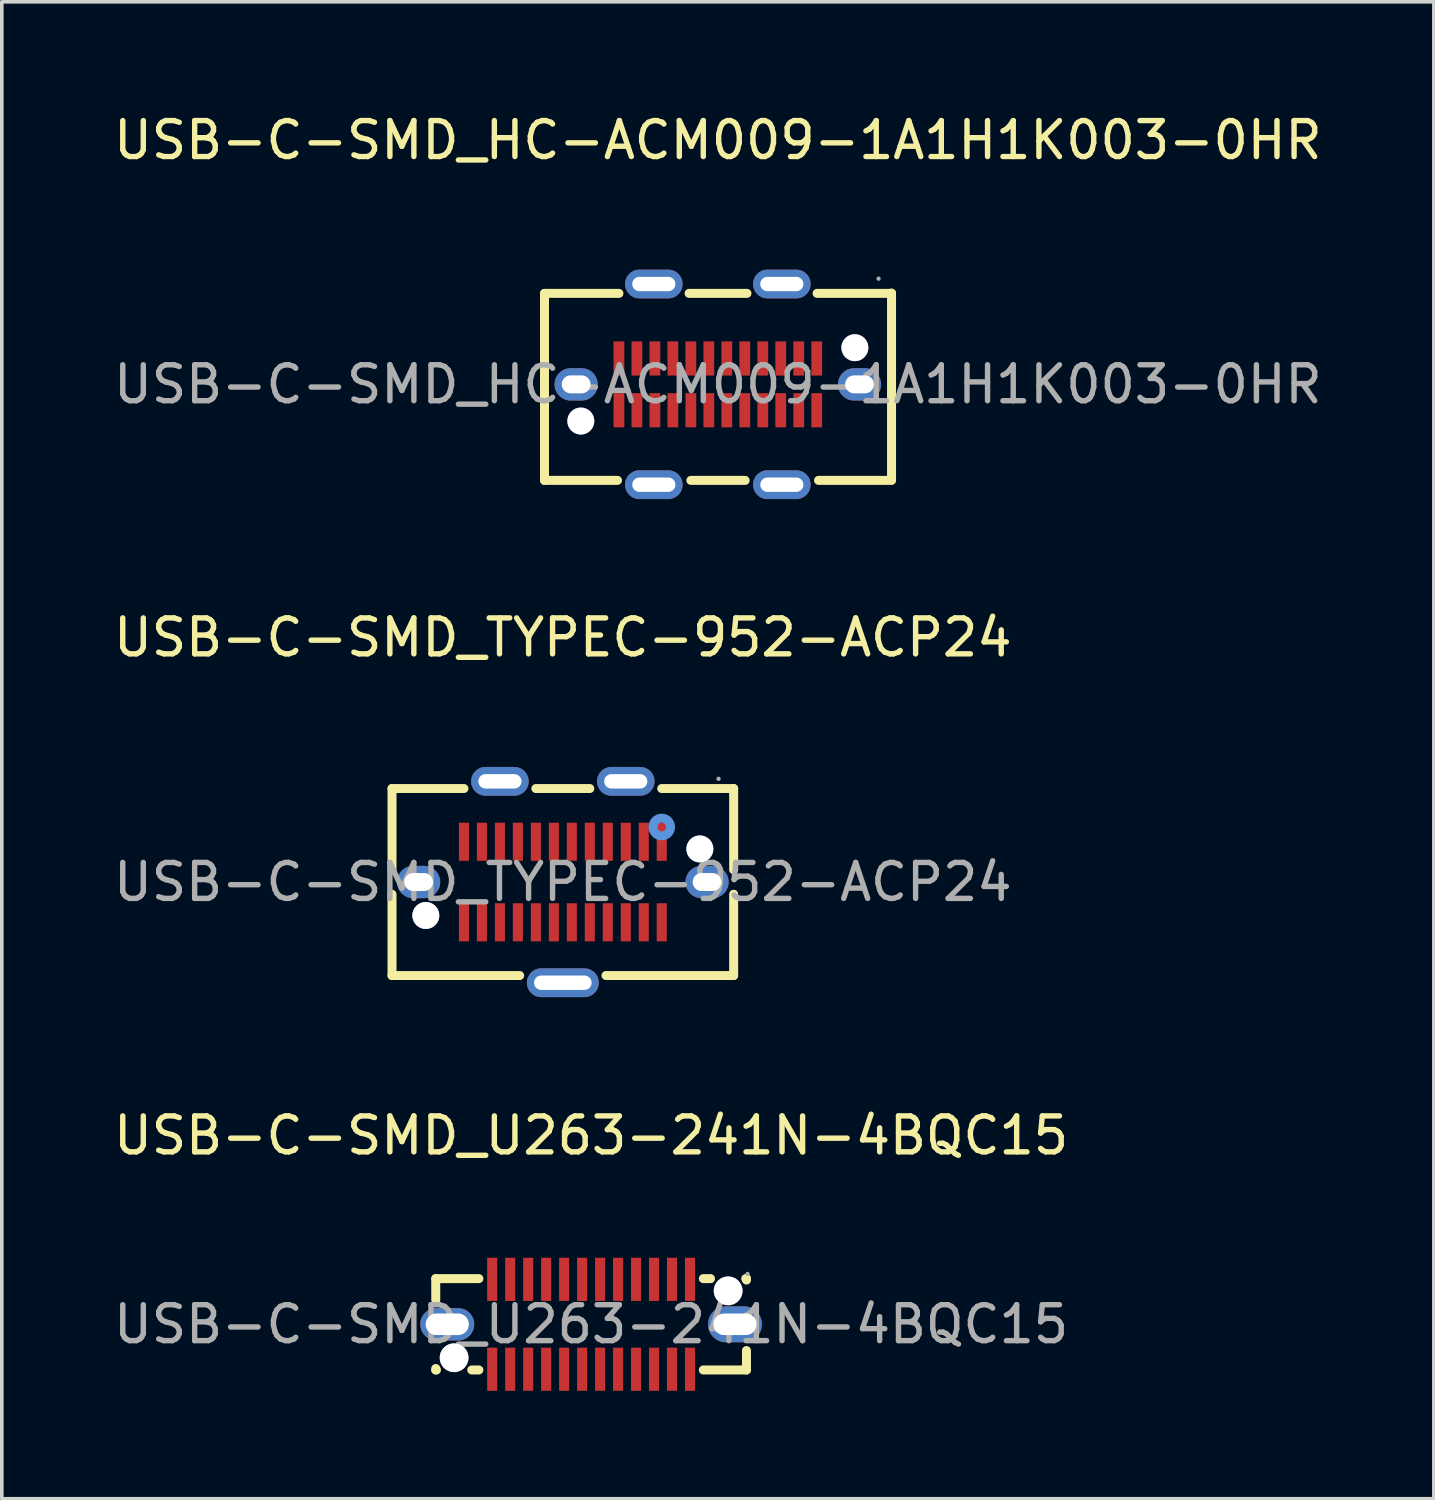
<source format=kicad_pcb>
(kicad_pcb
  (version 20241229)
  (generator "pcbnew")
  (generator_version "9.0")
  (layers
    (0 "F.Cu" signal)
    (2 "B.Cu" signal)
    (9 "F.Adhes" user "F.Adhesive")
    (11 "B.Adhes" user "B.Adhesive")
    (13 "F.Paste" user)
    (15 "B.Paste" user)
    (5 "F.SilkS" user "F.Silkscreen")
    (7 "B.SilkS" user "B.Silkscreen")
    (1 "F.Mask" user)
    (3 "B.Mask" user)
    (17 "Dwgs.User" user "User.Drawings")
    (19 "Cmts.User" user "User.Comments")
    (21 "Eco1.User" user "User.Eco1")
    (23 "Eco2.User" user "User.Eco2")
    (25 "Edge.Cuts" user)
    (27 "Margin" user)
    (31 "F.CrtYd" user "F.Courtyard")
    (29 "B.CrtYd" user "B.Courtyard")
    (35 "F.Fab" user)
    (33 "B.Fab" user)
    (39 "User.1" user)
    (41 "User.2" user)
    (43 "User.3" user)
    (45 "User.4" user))
  (footprint "USB-C-SMD_TYPEC-952-ACP24"
    (layer "F.Cu")
    (at 12.601 21.477)
    (property "Reference" "USB-C-SMD_TYPEC-952-ACP24" (at 0 -6.8 0) (layer "F.SilkS") (effects (font (size 1 1) (thickness 0.15))))
    (attr smd)
    (fp_line (start -4.75 -2.6) (end -4.75 -0.34) (stroke (width 0.25) (type solid)) (layer "F.SilkS"))
    (fp_line (start -4.75 -2.6) (end -2.75 -2.6) (stroke (width 0.25) (type solid)) (layer "F.SilkS"))
    (fp_line (start -4.75 0.34) (end -4.75 2.6) (stroke (width 0.25) (type solid)) (layer "F.SilkS"))
    (fp_line (start -4.75 2.6) (end -1.2 2.6) (stroke (width 0.25) (type solid)) (layer "F.SilkS"))
    (fp_line (start -0.75 -2.6) (end 0.75 -2.6) (stroke (width 0.25) (type solid)) (layer "F.SilkS"))
    (fp_line (start 1.2 2.6) (end 4.75 2.6) (stroke (width 0.25) (type solid)) (layer "F.SilkS"))
    (fp_line (start 2.75 -2.6) (end 4.75 -2.6) (stroke (width 0.25) (type solid)) (layer "F.SilkS"))
    (fp_line (start 4.75 -2.6) (end 4.75 -0.34) (stroke (width 0.25) (type solid)) (layer "F.SilkS"))
    (fp_line (start 4.75 0.34) (end 4.75 2.6) (stroke (width 0.25) (type solid)) (layer "F.SilkS"))
    (fp_circle (center -3.81 0.93) (end -3.69 0.93) (stroke (width 0.25) (type solid)) (fill no) (layer "Cmts.User"))
    (fp_circle (center 2.75 -1.53) (end 2.87 -1.53) (stroke (width 0.25) (type solid)) (fill no) (layer "Cmts.User"))
    (fp_circle (center 3.81 -0.92) (end 3.93 -0.92) (stroke (width 0.25) (type solid)) (fill no) (layer "Cmts.User"))
    (fp_circle (center 4.33 -2.87) (end 4.36 -2.87) (stroke (width 0.06) (type solid)) (fill no) (layer "F.Fab"))
    (fp_text user "${REFERENCE}" (at 0 0 0) (layer "F.Fab") (effects (font (size 1 1) (thickness 0.15))))
    (pad "" thru_hole circle (at -3.81 0.93) (size 0.75 0.75) (drill 0.75) (layers "*.Cu" "*.Mask"))
    (pad "" thru_hole circle (at 3.81 -0.92) (size 0.75 0.75) (drill 0.75) (layers "*.Cu" "*.Mask"))
    (pad "1" thru_hole oval (at -1.75 -2.8 90) (size 0.8 1.6) (drill oval 0.4 1.2) (layers "*.Cu" "*.Mask"))
    (pad "2" thru_hole oval (at 1.75 -2.8 90) (size 0.8 1.6) (drill oval 0.4 1.2) (layers "*.Cu" "*.Mask"))
    (pad "3" thru_hole oval (at 4.01 0 90) (size 0.9 1.2) (drill oval 0.5 0.8) (layers "*.Cu" "*.Mask"))
    (pad "4" thru_hole oval (at 0 2.8 90) (size 0.8 2) (drill oval 0.4 1.6) (layers "*.Cu" "*.Mask"))
    (pad "5" thru_hole oval (at -4.01 0 90) (size 0.9 1.2) (drill oval 0.5 0.8) (layers "*.Cu" "*.Mask"))
    (pad "A1" smd rect (at 2.75 -1.12) (size 0.28 1.06) (layers "F.Cu" "F.Mask" "F.Paste"))
    (pad "A2" smd rect (at 2.25 -1.12) (size 0.28 1.06) (layers "F.Cu" "F.Mask" "F.Paste"))
    (pad "A3" smd rect (at 1.75 -1.12) (size 0.28 1.06) (layers "F.Cu" "F.Mask" "F.Paste"))
    (pad "A4" smd rect (at 1.25 -1.12) (size 0.28 1.06) (layers "F.Cu" "F.Mask" "F.Paste"))
    (pad "A5" smd rect (at 0.75 -1.12) (size 0.28 1.06) (layers "F.Cu" "F.Mask" "F.Paste"))
    (pad "A6" smd rect (at 0.25 -1.12) (size 0.28 1.06) (layers "F.Cu" "F.Mask" "F.Paste"))
    (pad "A7" smd rect (at -0.25 -1.12) (size 0.28 1.06) (layers "F.Cu" "F.Mask" "F.Paste"))
    (pad "A8" smd rect (at -0.75 -1.12) (size 0.28 1.06) (layers "F.Cu" "F.Mask" "F.Paste"))
    (pad "A9" smd rect (at -1.25 -1.12) (size 0.28 1.06) (layers "F.Cu" "F.Mask" "F.Paste"))
    (pad "A10" smd rect (at -1.75 -1.12) (size 0.28 1.06) (layers "F.Cu" "F.Mask" "F.Paste"))
    (pad "A11" smd rect (at -2.25 -1.12) (size 0.28 1.06) (layers "F.Cu" "F.Mask" "F.Paste"))
    (pad "A12" smd rect (at -2.75 -1.12) (size 0.28 1.06) (layers "F.Cu" "F.Mask" "F.Paste"))
    (pad "B1" smd rect (at -2.75 1.12) (size 0.28 1.06) (layers "F.Cu" "F.Mask" "F.Paste"))
    (pad "B2" smd rect (at -2.25 1.12) (size 0.28 1.06) (layers "F.Cu" "F.Mask" "F.Paste"))
    (pad "B3" smd rect (at -1.75 1.12) (size 0.28 1.06) (layers "F.Cu" "F.Mask" "F.Paste"))
    (pad "B4" smd rect (at -1.25 1.12) (size 0.28 1.06) (layers "F.Cu" "F.Mask" "F.Paste"))
    (pad "B5" smd rect (at -0.75 1.12) (size 0.28 1.06) (layers "F.Cu" "F.Mask" "F.Paste"))
    (pad "B6" smd rect (at -0.25 1.12) (size 0.28 1.06) (layers "F.Cu" "F.Mask" "F.Paste"))
    (pad "B7" smd rect (at 0.25 1.12) (size 0.28 1.06) (layers "F.Cu" "F.Mask" "F.Paste"))
    (pad "B8" smd rect (at 0.75 1.12) (size 0.28 1.06) (layers "F.Cu" "F.Mask" "F.Paste"))
    (pad "B9" smd rect (at 1.25 1.12) (size 0.28 1.06) (layers "F.Cu" "F.Mask" "F.Paste"))
    (pad "B10" smd rect (at 1.75 1.12) (size 0.28 1.06) (layers "F.Cu" "F.Mask" "F.Paste"))
    (pad "B11" smd rect (at 2.25 1.12) (size 0.28 1.06) (layers "F.Cu" "F.Mask" "F.Paste"))
    (pad "B12" smd rect (at 2.75 1.12) (size 0.28 1.06) (layers "F.Cu" "F.Mask" "F.Paste")))
  (footprint "USB-C-SMD_U263-241N-4BQC15"
    (layer "F.Cu")
    (at 13.387 33.775)
    (property "Reference" "USB-C-SMD_U263-241N-4BQC15" (at 0 -5.25 0) (layer "F.SilkS") (effects (font (size 1 1) (thickness 0.15))))
    (attr smd)
    (fp_line (start -4.32 -1.27) (end -3.12 -1.27) (stroke (width 0.25) (type solid)) (layer "F.SilkS"))
    (fp_line (start -4.32 -0.68) (end -4.32 -1.27) (stroke (width 0.25) (type solid)) (layer "F.SilkS"))
    (fp_line (start -4.32 1.27) (end -4.32 1.23) (stroke (width 0.25) (type solid)) (layer "F.SilkS"))
    (fp_line (start -4.3 1.27) (end -4.32 1.27) (stroke (width 0.25) (type solid)) (layer "F.SilkS"))
    (fp_line (start -3.12 1.27) (end -3.32 1.27) (stroke (width 0.25) (type solid)) (layer "F.SilkS"))
    (fp_line (start 3.12 -1.27) (end 3.32 -1.27) (stroke (width 0.25) (type solid)) (layer "F.SilkS"))
    (fp_line (start 4.3 -1.27) (end 4.32 -1.27) (stroke (width 0.25) (type solid)) (layer "F.SilkS"))
    (fp_line (start 4.32 -1.27) (end 4.32 -1.23) (stroke (width 0.25) (type solid)) (layer "F.SilkS"))
    (fp_line (start 4.32 0.73) (end 4.32 1.27) (stroke (width 0.25) (type solid)) (layer "F.SilkS"))
    (fp_line (start 4.32 1.27) (end 3.12 1.27) (stroke (width 0.25) (type solid)) (layer "F.SilkS"))
    (fp_circle (center -3.81 0.93) (end -3.66 0.93) (stroke (width 0.3) (type solid)) (fill no) (layer "Cmts.User"))
    (fp_circle (center 3.81 -0.93) (end 3.96 -0.93) (stroke (width 0.3) (type solid)) (fill no) (layer "Cmts.User"))
    (fp_circle (center 4.35 -1.4) (end 4.38 -1.4) (stroke (width 0.06) (type solid)) (fill no) (layer "F.Fab"))
    (fp_text user "${REFERENCE}" (at 0 0 0) (layer "F.Fab") (effects (font (size 1 1) (thickness 0.15))))
    (pad "" thru_hole circle (at -3.81 0.93) (size 0.8 0.8) (drill 0.8) (layers "*.Cu" "*.Mask"))
    (pad "" thru_hole circle (at 3.81 -0.93) (size 0.8 0.8) (drill 0.8) (layers "*.Cu" "*.Mask"))
    (pad "1" smd rect (at 2.75 -1.25) (size 0.28 1.2) (layers "F.Cu" "F.Mask" "F.Paste"))
    (pad "2" smd rect (at 2.25 -1.25) (size 0.28 1.2) (layers "F.Cu" "F.Mask" "F.Paste"))
    (pad "3" smd rect (at 1.75 -1.25) (size 0.28 1.2) (layers "F.Cu" "F.Mask" "F.Paste"))
    (pad "4" smd rect (at 1.25 -1.25) (size 0.28 1.2) (layers "F.Cu" "F.Mask" "F.Paste"))
    (pad "5" smd rect (at 0.75 -1.25) (size 0.28 1.2) (layers "F.Cu" "F.Mask" "F.Paste"))
    (pad "6" smd rect (at 0.25 -1.25) (size 0.28 1.2) (layers "F.Cu" "F.Mask" "F.Paste"))
    (pad "7" smd rect (at -0.25 -1.25) (size 0.28 1.2) (layers "F.Cu" "F.Mask" "F.Paste"))
    (pad "8" smd rect (at -0.75 -1.25) (size 0.28 1.2) (layers "F.Cu" "F.Mask" "F.Paste"))
    (pad "9" smd rect (at -1.25 -1.25) (size 0.28 1.2) (layers "F.Cu" "F.Mask" "F.Paste"))
    (pad "10" smd rect (at -1.75 -1.25) (size 0.28 1.2) (layers "F.Cu" "F.Mask" "F.Paste"))
    (pad "11" smd rect (at -2.25 -1.25) (size 0.28 1.2) (layers "F.Cu" "F.Mask" "F.Paste"))
    (pad "12" smd rect (at -2.75 -1.25) (size 0.28 1.2) (layers "F.Cu" "F.Mask" "F.Paste"))
    (pad "13" smd rect (at -2.75 1.25) (size 0.28 1.2) (layers "F.Cu" "F.Mask" "F.Paste"))
    (pad "14" smd rect (at -2.25 1.25) (size 0.28 1.2) (layers "F.Cu" "F.Mask" "F.Paste"))
    (pad "15" smd rect (at -1.75 1.25) (size 0.28 1.2) (layers "F.Cu" "F.Mask" "F.Paste"))
    (pad "16" smd rect (at -1.25 1.25) (size 0.28 1.2) (layers "F.Cu" "F.Mask" "F.Paste"))
    (pad "17" smd rect (at -0.75 1.25) (size 0.28 1.2) (layers "F.Cu" "F.Mask" "F.Paste"))
    (pad "18" smd rect (at -0.25 1.25) (size 0.28 1.2) (layers "F.Cu" "F.Mask" "F.Paste"))
    (pad "19" smd rect (at 0.25 1.25) (size 0.28 1.2) (layers "F.Cu" "F.Mask" "F.Paste"))
    (pad "20" smd rect (at 0.75 1.25) (size 0.28 1.2) (layers "F.Cu" "F.Mask" "F.Paste"))
    (pad "21" smd rect (at 1.25 1.25) (size 0.28 1.2) (layers "F.Cu" "F.Mask" "F.Paste"))
    (pad "22" smd rect (at 1.75 1.25) (size 0.28 1.2) (layers "F.Cu" "F.Mask" "F.Paste"))
    (pad "23" smd rect (at 2.25 1.25) (size 0.28 1.2) (layers "F.Cu" "F.Mask" "F.Paste"))
    (pad "24" smd rect (at 2.75 1.25) (size 0.28 1.2) (layers "F.Cu" "F.Mask" "F.Paste"))
    (pad "25" thru_hole oval (at 4 0) (size 1.5 1) (drill oval 1.2 0.6) (layers "*.Cu" "*.Mask"))
    (pad "26" thru_hole oval (at -4 0) (size 1.5 0.9) (drill oval 1.2 0.6) (layers "*.Cu" "*.Mask")))
  (footprint "USB-C-SMD_HC-ACM009-1A1H1K003-0HR"
    (layer "F.Cu")
    (at 16.911 7.638)
    (property "Reference" "USB-C-SMD_HC-ACM009-1A1H1K003-0HR" (at 0 -6.79 0) (layer "F.SilkS") (effects (font (size 1 1) (thickness 0.15))))
    (attr smd)
    (fp_line (start -4.82 -2.53) (end -2.75 -2.53) (stroke (width 0.25) (type solid)) (layer "F.SilkS"))
    (fp_line (start -4.82 2.67) (end -4.82 -2.53) (stroke (width 0.25) (type solid)) (layer "F.SilkS"))
    (fp_line (start -4.82 2.67) (end -2.79 2.67) (stroke (width 0.25) (type solid)) (layer "F.SilkS"))
    (fp_line (start -0.8 -2.53) (end 0.81 -2.53) (stroke (width 0.25) (type solid)) (layer "F.SilkS"))
    (fp_line (start -0.75 2.67) (end 0.76 2.67) (stroke (width 0.25) (type solid)) (layer "F.SilkS"))
    (fp_line (start 2.76 -2.53) (end 4.83 -2.53) (stroke (width 0.25) (type solid)) (layer "F.SilkS"))
    (fp_line (start 2.8 2.67) (end 4.83 2.67) (stroke (width 0.25) (type solid)) (layer "F.SilkS"))
    (fp_line (start 4.83 -2.54) (end 4.83 2.66) (stroke (width 0.25) (type solid)) (layer "F.SilkS"))
    (fp_circle (center -3.81 1.02) (end -3.66 1.02) (stroke (width 0.3) (type solid)) (fill no) (layer "Cmts.User"))
    (fp_circle (center 3.81 -1.02) (end 3.96 -1.02) (stroke (width 0.3) (type solid)) (fill no) (layer "Cmts.User"))
    (fp_circle (center 4.47 -2.94) (end 4.5 -2.94) (stroke (width 0.06) (type solid)) (fill no) (layer "F.Fab"))
    (fp_text user "${REFERENCE}" (at 0 0 0) (layer "F.Fab") (effects (font (size 1 1) (thickness 0.15))))
    (pad "" thru_hole circle (at -3.81 1.02) (size 0.75 0.75) (drill 0.75) (layers "*.Cu" "*.Mask"))
    (pad "" thru_hole circle (at 3.81 -1.02) (size 0.75 0.75) (drill 0.75) (layers "*.Cu" "*.Mask"))
    (pad "25" thru_hole oval (at -3.94 0) (size 1.2 0.9) (drill oval 0.8 0.5) (layers "*.Cu" "*.Mask"))
    (pad "26" thru_hole oval (at -1.78 2.79) (size 1.6 0.8) (drill oval 1.2 0.4) (layers "*.Cu" "*.Mask"))
    (pad "27" thru_hole oval (at 1.78 2.79) (size 1.6 0.8) (drill oval 1.2 0.4) (layers "*.Cu" "*.Mask"))
    (pad "28" thru_hole oval (at 3.94 0) (size 1.2 0.9) (drill oval 0.8 0.5) (layers "*.Cu" "*.Mask"))
    (pad "29" thru_hole oval (at 1.78 -2.79) (size 1.6 0.8) (drill oval 1.2 0.4) (layers "*.Cu" "*.Mask"))
    (pad "30" thru_hole oval (at -1.78 -2.79) (size 1.6 0.8) (drill oval 1.2 0.4) (layers "*.Cu" "*.Mask"))
    (pad "A1" smd rect (at 2.75 -0.72) (size 0.3 0.95) (layers "F.Cu" "F.Mask" "F.Paste"))
    (pad "A2" smd rect (at 2.25 -0.72) (size 0.3 0.95) (layers "F.Cu" "F.Mask" "F.Paste"))
    (pad "A3" smd rect (at 1.75 -0.72) (size 0.3 0.95) (layers "F.Cu" "F.Mask" "F.Paste"))
    (pad "A4" smd rect (at 1.25 -0.72) (size 0.3 0.95) (layers "F.Cu" "F.Mask" "F.Paste"))
    (pad "A5" smd rect (at 0.75 -0.72) (size 0.3 0.95) (layers "F.Cu" "F.Mask" "F.Paste"))
    (pad "A6" smd rect (at 0.25 -0.72) (size 0.3 0.95) (layers "F.Cu" "F.Mask" "F.Paste"))
    (pad "A7" smd rect (at -0.25 -0.72) (size 0.3 0.95) (layers "F.Cu" "F.Mask" "F.Paste"))
    (pad "A8" smd rect (at -0.75 -0.72) (size 0.3 0.95) (layers "F.Cu" "F.Mask" "F.Paste"))
    (pad "A9" smd rect (at -1.25 -0.72) (size 0.3 0.95) (layers "F.Cu" "F.Mask" "F.Paste"))
    (pad "A10" smd rect (at -1.75 -0.72) (size 0.3 0.95) (layers "F.Cu" "F.Mask" "F.Paste"))
    (pad "A11" smd rect (at -2.25 -0.72) (size 0.3 0.95) (layers "F.Cu" "F.Mask" "F.Paste"))
    (pad "A12" smd rect (at -2.75 -0.72) (size 0.3 0.95) (layers "F.Cu" "F.Mask" "F.Paste"))
    (pad "B1" smd rect (at -2.75 0.72 180) (size 0.3 0.95) (layers "F.Cu" "F.Mask" "F.Paste"))
    (pad "B2" smd rect (at -2.25 0.72 180) (size 0.3 0.95) (layers "F.Cu" "F.Mask" "F.Paste"))
    (pad "B3" smd rect (at -1.75 0.72 180) (size 0.3 0.95) (layers "F.Cu" "F.Mask" "F.Paste"))
    (pad "B4" smd rect (at -1.25 0.72 180) (size 0.3 0.95) (layers "F.Cu" "F.Mask" "F.Paste"))
    (pad "B5" smd rect (at -0.75 0.72 180) (size 0.3 0.95) (layers "F.Cu" "F.Mask" "F.Paste"))
    (pad "B6" smd rect (at -0.25 0.72 180) (size 0.3 0.95) (layers "F.Cu" "F.Mask" "F.Paste"))
    (pad "B7" smd rect (at 0.25 0.72 180) (size 0.3 0.95) (layers "F.Cu" "F.Mask" "F.Paste"))
    (pad "B8" smd rect (at 0.75 0.72 180) (size 0.3 0.95) (layers "F.Cu" "F.Mask" "F.Paste"))
    (pad "B9" smd rect (at 1.25 0.72 180) (size 0.3 0.95) (layers "F.Cu" "F.Mask" "F.Paste"))
    (pad "B10" smd rect (at 1.75 0.72 180) (size 0.3 0.95) (layers "F.Cu" "F.Mask" "F.Paste"))
    (pad "B11" smd rect (at 2.25 0.72 180) (size 0.3 0.95) (layers "F.Cu" "F.Mask" "F.Paste"))
    (pad "B12" smd rect (at 2.75 0.72 180) (size 0.3 0.95) (layers "F.Cu" "F.Mask" "F.Paste")))
  (gr_rect
    (start -3 -3)
    (end 36.821 38.625)
    (stroke (width 0.1) (type default))
    (fill no)
    (layer "Edge.Cuts")))
</source>
